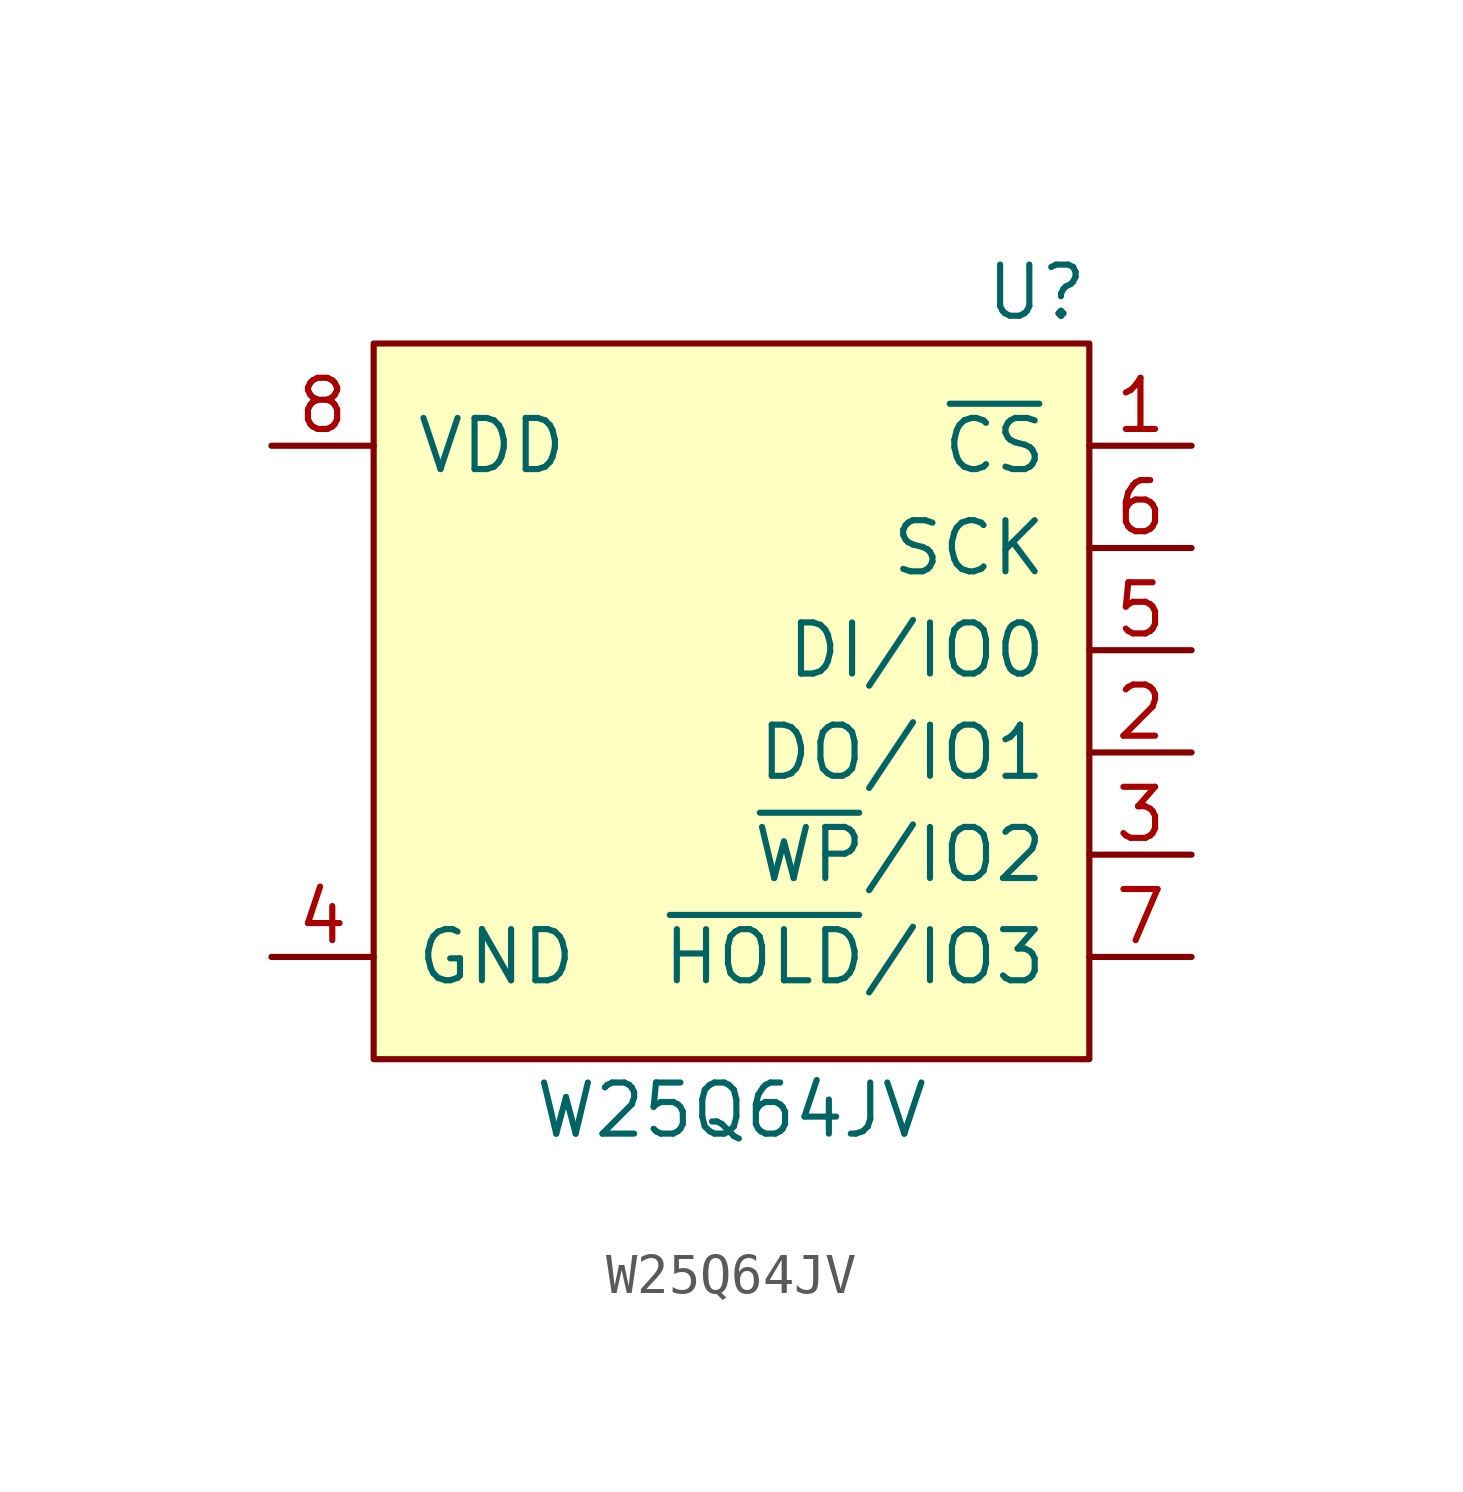
<source format=kicad_sym>
(kicad_symbol_lib
  (version 20211014)
  (generator kicad_symbol_editor)
  (symbol "W25Q64JV"
    (pin_names
      (offset 1.016))
    (property "Reference" "U"
      (at 8.89 10.16 0)
      (effects (font (size 1.27 1.27)) (justify right)))
    (property "Value" "W25Q64JV"
      (at 0 -10.16 0)
      (effects (font (size 1.27 1.27))))
    (symbol "W25Q64JV_0_1"
      (rectangle (start -8.89 8.89) (end 8.89 -8.89) (stroke (width 0) (type default) (color 0 0 0 0)) (fill (type background))))
    (symbol "W25Q64JV_1_1"
      (pin input line (at 11.43 6.35 180) (length 2.54) (name "~{CS}" (effects (font (size 1.27 1.27)))) (number "1" (effects (font (size 1.27 1.27)))))
      (pin bidirectional line (at 11.43 -1.27 180) (length 2.54) (name "DO/IO1" (effects (font (size 1.27 1.27)))) (number "2" (effects (font (size 1.27 1.27)))))
      (pin bidirectional line (at 11.43 -3.81 180) (length 2.54) (name "~{WP}/IO2" (effects (font (size 1.27 1.27)))) (number "3" (effects (font (size 1.27 1.27)))))
      (pin power_in line (at -11.43 -6.35 0) (length 2.54) (name "GND" (effects (font (size 1.27 1.27)))) (number "4" (effects (font (size 1.27 1.27)))))
      (pin bidirectional line (at 11.43 1.27 180) (length 2.54) (name "DI/IO0" (effects (font (size 1.27 1.27)))) (number "5" (effects (font (size 1.27 1.27)))))
      (pin input line (at 11.43 3.81 180) (length 2.54) (name "SCK" (effects (font (size 1.27 1.27)))) (number "6" (effects (font (size 1.27 1.27)))))
      (pin bidirectional line (at 11.43 -6.35 180) (length 2.54) (name "~{HOLD}/IO3" (effects (font (size 1.27 1.27)))) (number "7" (effects (font (size 1.27 1.27)))))
      (pin power_in line (at -11.43 6.35 0) (length 2.54) (name "VDD" (effects (font (size 1.27 1.27)))) (number "8" (effects (font (size 1.27 1.27)))))
      (pin passive line (at -11.43 -6.35 0) (length 2.54) hide (name "GND" (effects (font (size 1.27 1.27)))) (number "9" (effects (font (size 1.27 1.27))))))))
</source>
